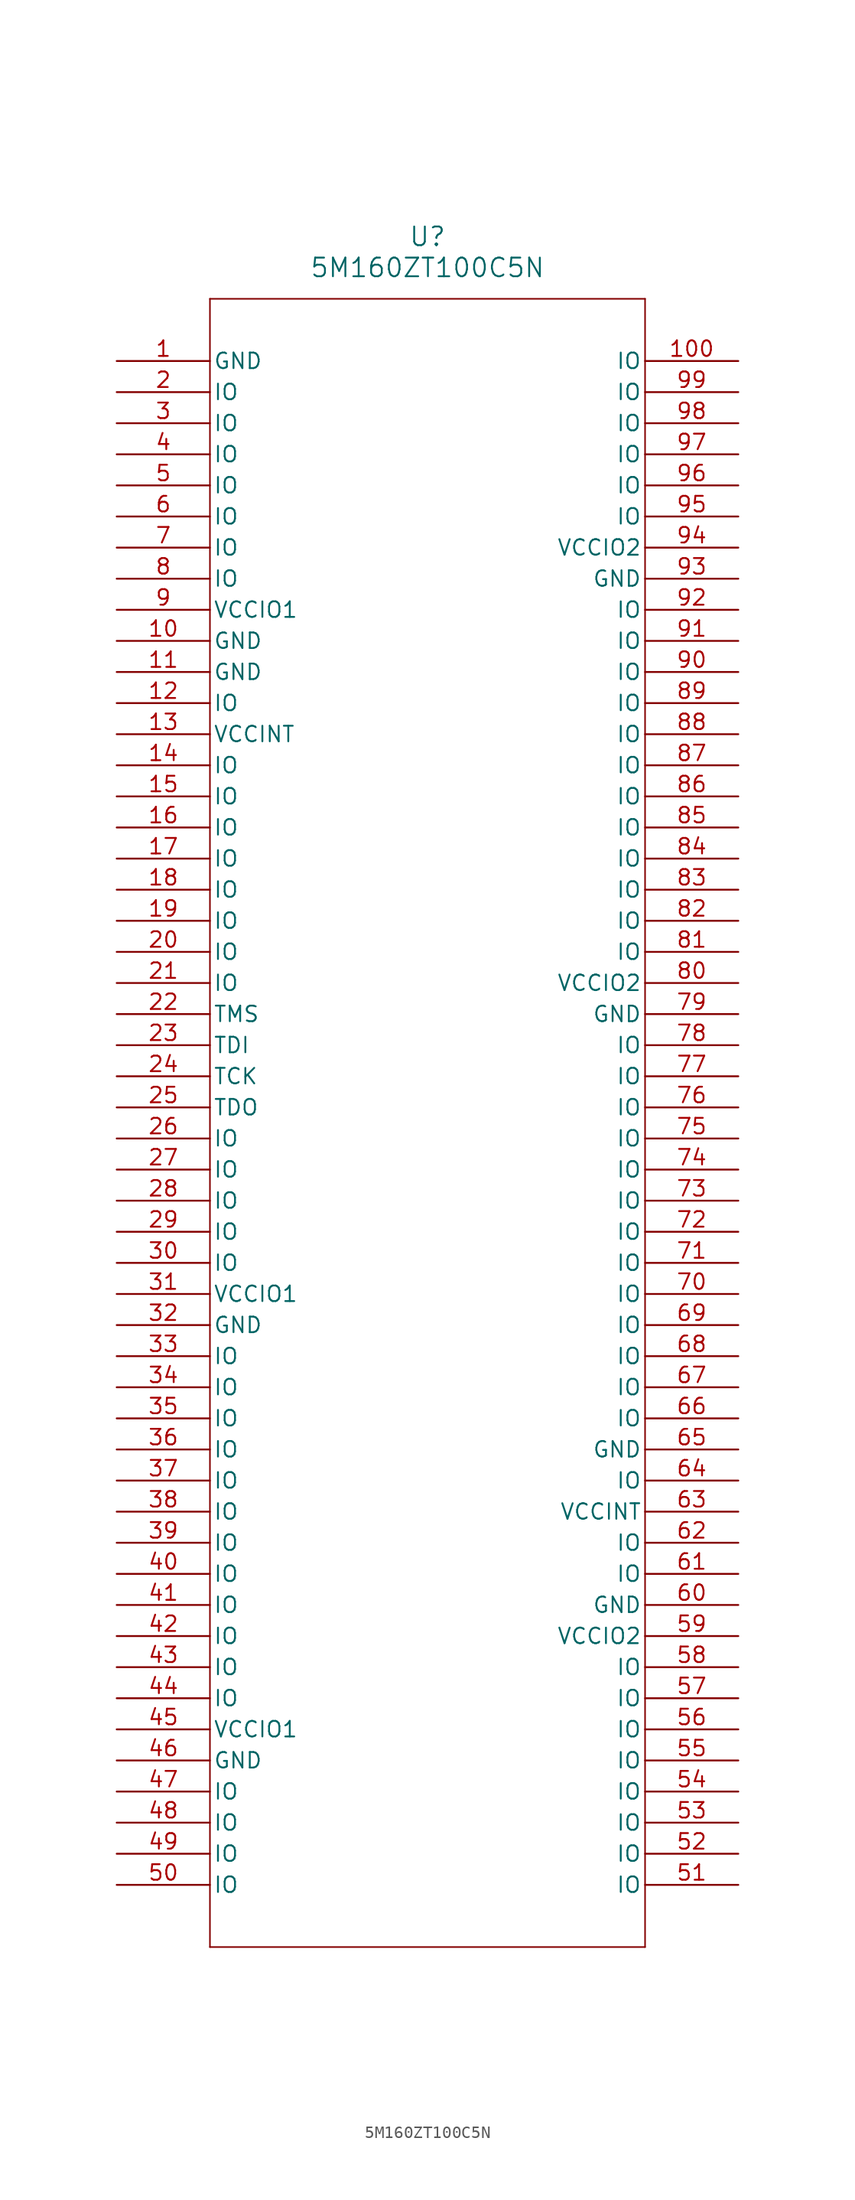
<source format=kicad_sym>
(kicad_symbol_lib
  (version 20220914)
  (generator kicad_symbol_editor)
  (symbol "5M160ZT100C5N"
    (pin_names
      (offset 0.254))
    (property "Reference" "U"
      (at 25.4 10.16 0)
      (effects (font (size 1.524 1.524))))
    (property "Value" "5M160ZT100C5N"
      (at 25.4 7.62 0)
      (effects (font (size 1.524 1.524))))
    (symbol "5M160ZT100C5N_0_1"
      (polyline (pts (xy 7.62 -129.54) (xy 43.18 -129.54)) (stroke (width 0.127) (type default)) (fill (type none)))
      (polyline (pts (xy 7.62 5.08) (xy 7.62 -129.54)) (stroke (width 0.127) (type default)) (fill (type none)))
      (polyline (pts (xy 43.18 -129.54) (xy 43.18 5.08)) (stroke (width 0.127) (type default)) (fill (type none)))
      (polyline (pts (xy 43.18 5.08) (xy 7.62 5.08)) (stroke (width 0.127) (type default)) (fill (type none)))
      (pin power_out line (at 0 0 0) (length 7.62) (name "GND" (effects (font (size 1.27 1.27)))) (number "1" (effects (font (size 1.27 1.27)))))
      (pin power_out line (at 0 -22.86 0) (length 7.62) (name "GND" (effects (font (size 1.27 1.27)))) (number "10" (effects (font (size 1.27 1.27)))))
      (pin bidirectional line (at 50.8 0 180) (length 7.62) (name "IO" (effects (font (size 1.27 1.27)))) (number "100" (effects (font (size 1.27 1.27)))))
      (pin power_out line (at 0 -25.4 0) (length 7.62) (name "GND" (effects (font (size 1.27 1.27)))) (number "11" (effects (font (size 1.27 1.27)))))
      (pin bidirectional line (at 0 -27.94 0) (length 7.62) (name "IO" (effects (font (size 1.27 1.27)))) (number "12" (effects (font (size 1.27 1.27)))))
      (pin power_in line (at 0 -30.48 0) (length 7.62) (name "VCCINT" (effects (font (size 1.27 1.27)))) (number "13" (effects (font (size 1.27 1.27)))))
      (pin bidirectional line (at 0 -33.02 0) (length 7.62) (name "IO" (effects (font (size 1.27 1.27)))) (number "14" (effects (font (size 1.27 1.27)))))
      (pin bidirectional line (at 0 -35.56 0) (length 7.62) (name "IO" (effects (font (size 1.27 1.27)))) (number "15" (effects (font (size 1.27 1.27)))))
      (pin bidirectional line (at 0 -38.1 0) (length 7.62) (name "IO" (effects (font (size 1.27 1.27)))) (number "16" (effects (font (size 1.27 1.27)))))
      (pin bidirectional line (at 0 -40.64 0) (length 7.62) (name "IO" (effects (font (size 1.27 1.27)))) (number "17" (effects (font (size 1.27 1.27)))))
      (pin bidirectional line (at 0 -43.18 0) (length 7.62) (name "IO" (effects (font (size 1.27 1.27)))) (number "18" (effects (font (size 1.27 1.27)))))
      (pin bidirectional line (at 0 -45.72 0) (length 7.62) (name "IO" (effects (font (size 1.27 1.27)))) (number "19" (effects (font (size 1.27 1.27)))))
      (pin bidirectional line (at 0 -2.54 0) (length 7.62) (name "IO" (effects (font (size 1.27 1.27)))) (number "2" (effects (font (size 1.27 1.27)))))
      (pin bidirectional line (at 0 -48.26 0) (length 7.62) (name "IO" (effects (font (size 1.27 1.27)))) (number "20" (effects (font (size 1.27 1.27)))))
      (pin bidirectional line (at 0 -50.8 0) (length 7.62) (name "IO" (effects (font (size 1.27 1.27)))) (number "21" (effects (font (size 1.27 1.27)))))
      (pin input line (at 0 -53.34 0) (length 7.62) (name "TMS" (effects (font (size 1.27 1.27)))) (number "22" (effects (font (size 1.27 1.27)))))
      (pin input line (at 0 -55.88 0) (length 7.62) (name "TDI" (effects (font (size 1.27 1.27)))) (number "23" (effects (font (size 1.27 1.27)))))
      (pin input line (at 0 -58.42 0) (length 7.62) (name "TCK" (effects (font (size 1.27 1.27)))) (number "24" (effects (font (size 1.27 1.27)))))
      (pin output line (at 0 -60.96 0) (length 7.62) (name "TDO" (effects (font (size 1.27 1.27)))) (number "25" (effects (font (size 1.27 1.27)))))
      (pin bidirectional line (at 0 -63.5 0) (length 7.62) (name "IO" (effects (font (size 1.27 1.27)))) (number "26" (effects (font (size 1.27 1.27)))))
      (pin bidirectional line (at 0 -66.04 0) (length 7.62) (name "IO" (effects (font (size 1.27 1.27)))) (number "27" (effects (font (size 1.27 1.27)))))
      (pin bidirectional line (at 0 -68.58 0) (length 7.62) (name "IO" (effects (font (size 1.27 1.27)))) (number "28" (effects (font (size 1.27 1.27)))))
      (pin bidirectional line (at 0 -71.12 0) (length 7.62) (name "IO" (effects (font (size 1.27 1.27)))) (number "29" (effects (font (size 1.27 1.27)))))
      (pin bidirectional line (at 0 -5.08 0) (length 7.62) (name "IO" (effects (font (size 1.27 1.27)))) (number "3" (effects (font (size 1.27 1.27)))))
      (pin bidirectional line (at 0 -73.66 0) (length 7.62) (name "IO" (effects (font (size 1.27 1.27)))) (number "30" (effects (font (size 1.27 1.27)))))
      (pin power_in line (at 0 -76.2 0) (length 7.62) (name "VCCIO1" (effects (font (size 1.27 1.27)))) (number "31" (effects (font (size 1.27 1.27)))))
      (pin power_out line (at 0 -78.74 0) (length 7.62) (name "GND" (effects (font (size 1.27 1.27)))) (number "32" (effects (font (size 1.27 1.27)))))
      (pin bidirectional line (at 0 -81.28 0) (length 7.62) (name "IO" (effects (font (size 1.27 1.27)))) (number "33" (effects (font (size 1.27 1.27)))))
      (pin bidirectional line (at 0 -83.82 0) (length 7.62) (name "IO" (effects (font (size 1.27 1.27)))) (number "34" (effects (font (size 1.27 1.27)))))
      (pin bidirectional line (at 0 -86.36 0) (length 7.62) (name "IO" (effects (font (size 1.27 1.27)))) (number "35" (effects (font (size 1.27 1.27)))))
      (pin bidirectional line (at 0 -88.9 0) (length 7.62) (name "IO" (effects (font (size 1.27 1.27)))) (number "36" (effects (font (size 1.27 1.27)))))
      (pin bidirectional line (at 0 -91.44 0) (length 7.62) (name "IO" (effects (font (size 1.27 1.27)))) (number "37" (effects (font (size 1.27 1.27)))))
      (pin bidirectional line (at 0 -93.98 0) (length 7.62) (name "IO" (effects (font (size 1.27 1.27)))) (number "38" (effects (font (size 1.27 1.27)))))
      (pin bidirectional line (at 0 -96.52 0) (length 7.62) (name "IO" (effects (font (size 1.27 1.27)))) (number "39" (effects (font (size 1.27 1.27)))))
      (pin bidirectional line (at 0 -7.62 0) (length 7.62) (name "IO" (effects (font (size 1.27 1.27)))) (number "4" (effects (font (size 1.27 1.27)))))
      (pin bidirectional line (at 0 -99.06 0) (length 7.62) (name "IO" (effects (font (size 1.27 1.27)))) (number "40" (effects (font (size 1.27 1.27)))))
      (pin bidirectional line (at 0 -101.6 0) (length 7.62) (name "IO" (effects (font (size 1.27 1.27)))) (number "41" (effects (font (size 1.27 1.27)))))
      (pin bidirectional line (at 0 -104.14 0) (length 7.62) (name "IO" (effects (font (size 1.27 1.27)))) (number "42" (effects (font (size 1.27 1.27)))))
      (pin bidirectional line (at 0 -106.68 0) (length 7.62) (name "IO" (effects (font (size 1.27 1.27)))) (number "43" (effects (font (size 1.27 1.27)))))
      (pin bidirectional line (at 0 -109.22 0) (length 7.62) (name "IO" (effects (font (size 1.27 1.27)))) (number "44" (effects (font (size 1.27 1.27)))))
      (pin power_in line (at 0 -111.76 0) (length 7.62) (name "VCCIO1" (effects (font (size 1.27 1.27)))) (number "45" (effects (font (size 1.27 1.27)))))
      (pin power_out line (at 0 -114.3 0) (length 7.62) (name "GND" (effects (font (size 1.27 1.27)))) (number "46" (effects (font (size 1.27 1.27)))))
      (pin bidirectional line (at 0 -116.84 0) (length 7.62) (name "IO" (effects (font (size 1.27 1.27)))) (number "47" (effects (font (size 1.27 1.27)))))
      (pin bidirectional line (at 0 -119.38 0) (length 7.62) (name "IO" (effects (font (size 1.27 1.27)))) (number "48" (effects (font (size 1.27 1.27)))))
      (pin bidirectional line (at 0 -121.92 0) (length 7.62) (name "IO" (effects (font (size 1.27 1.27)))) (number "49" (effects (font (size 1.27 1.27)))))
      (pin bidirectional line (at 0 -10.16 0) (length 7.62) (name "IO" (effects (font (size 1.27 1.27)))) (number "5" (effects (font (size 1.27 1.27)))))
      (pin bidirectional line (at 0 -124.46 0) (length 7.62) (name "IO" (effects (font (size 1.27 1.27)))) (number "50" (effects (font (size 1.27 1.27)))))
      (pin bidirectional line (at 50.8 -124.46 180) (length 7.62) (name "IO" (effects (font (size 1.27 1.27)))) (number "51" (effects (font (size 1.27 1.27)))))
      (pin bidirectional line (at 50.8 -121.92 180) (length 7.62) (name "IO" (effects (font (size 1.27 1.27)))) (number "52" (effects (font (size 1.27 1.27)))))
      (pin bidirectional line (at 50.8 -119.38 180) (length 7.62) (name "IO" (effects (font (size 1.27 1.27)))) (number "53" (effects (font (size 1.27 1.27)))))
      (pin bidirectional line (at 50.8 -116.84 180) (length 7.62) (name "IO" (effects (font (size 1.27 1.27)))) (number "54" (effects (font (size 1.27 1.27)))))
      (pin bidirectional line (at 50.8 -114.3 180) (length 7.62) (name "IO" (effects (font (size 1.27 1.27)))) (number "55" (effects (font (size 1.27 1.27)))))
      (pin bidirectional line (at 50.8 -111.76 180) (length 7.62) (name "IO" (effects (font (size 1.27 1.27)))) (number "56" (effects (font (size 1.27 1.27)))))
      (pin bidirectional line (at 50.8 -109.22 180) (length 7.62) (name "IO" (effects (font (size 1.27 1.27)))) (number "57" (effects (font (size 1.27 1.27)))))
      (pin bidirectional line (at 50.8 -106.68 180) (length 7.62) (name "IO" (effects (font (size 1.27 1.27)))) (number "58" (effects (font (size 1.27 1.27)))))
      (pin power_in line (at 50.8 -104.14 180) (length 7.62) (name "VCCIO2" (effects (font (size 1.27 1.27)))) (number "59" (effects (font (size 1.27 1.27)))))
      (pin bidirectional line (at 0 -12.7 0) (length 7.62) (name "IO" (effects (font (size 1.27 1.27)))) (number "6" (effects (font (size 1.27 1.27)))))
      (pin power_out line (at 50.8 -101.6 180) (length 7.62) (name "GND" (effects (font (size 1.27 1.27)))) (number "60" (effects (font (size 1.27 1.27)))))
      (pin bidirectional line (at 50.8 -99.06 180) (length 7.62) (name "IO" (effects (font (size 1.27 1.27)))) (number "61" (effects (font (size 1.27 1.27)))))
      (pin bidirectional line (at 50.8 -96.52 180) (length 7.62) (name "IO" (effects (font (size 1.27 1.27)))) (number "62" (effects (font (size 1.27 1.27)))))
      (pin power_in line (at 50.8 -93.98 180) (length 7.62) (name "VCCINT" (effects (font (size 1.27 1.27)))) (number "63" (effects (font (size 1.27 1.27)))))
      (pin bidirectional line (at 50.8 -91.44 180) (length 7.62) (name "IO" (effects (font (size 1.27 1.27)))) (number "64" (effects (font (size 1.27 1.27)))))
      (pin power_out line (at 50.8 -88.9 180) (length 7.62) (name "GND" (effects (font (size 1.27 1.27)))) (number "65" (effects (font (size 1.27 1.27)))))
      (pin bidirectional line (at 50.8 -86.36 180) (length 7.62) (name "IO" (effects (font (size 1.27 1.27)))) (number "66" (effects (font (size 1.27 1.27)))))
      (pin bidirectional line (at 50.8 -83.82 180) (length 7.62) (name "IO" (effects (font (size 1.27 1.27)))) (number "67" (effects (font (size 1.27 1.27)))))
      (pin bidirectional line (at 50.8 -81.28 180) (length 7.62) (name "IO" (effects (font (size 1.27 1.27)))) (number "68" (effects (font (size 1.27 1.27)))))
      (pin bidirectional line (at 50.8 -78.74 180) (length 7.62) (name "IO" (effects (font (size 1.27 1.27)))) (number "69" (effects (font (size 1.27 1.27)))))
      (pin bidirectional line (at 0 -15.24 0) (length 7.62) (name "IO" (effects (font (size 1.27 1.27)))) (number "7" (effects (font (size 1.27 1.27)))))
      (pin bidirectional line (at 50.8 -76.2 180) (length 7.62) (name "IO" (effects (font (size 1.27 1.27)))) (number "70" (effects (font (size 1.27 1.27)))))
      (pin bidirectional line (at 50.8 -73.66 180) (length 7.62) (name "IO" (effects (font (size 1.27 1.27)))) (number "71" (effects (font (size 1.27 1.27)))))
      (pin bidirectional line (at 50.8 -71.12 180) (length 7.62) (name "IO" (effects (font (size 1.27 1.27)))) (number "72" (effects (font (size 1.27 1.27)))))
      (pin bidirectional line (at 50.8 -68.58 180) (length 7.62) (name "IO" (effects (font (size 1.27 1.27)))) (number "73" (effects (font (size 1.27 1.27)))))
      (pin bidirectional line (at 50.8 -66.04 180) (length 7.62) (name "IO" (effects (font (size 1.27 1.27)))) (number "74" (effects (font (size 1.27 1.27)))))
      (pin bidirectional line (at 50.8 -63.5 180) (length 7.62) (name "IO" (effects (font (size 1.27 1.27)))) (number "75" (effects (font (size 1.27 1.27)))))
      (pin bidirectional line (at 50.8 -60.96 180) (length 7.62) (name "IO" (effects (font (size 1.27 1.27)))) (number "76" (effects (font (size 1.27 1.27)))))
      (pin bidirectional line (at 50.8 -58.42 180) (length 7.62) (name "IO" (effects (font (size 1.27 1.27)))) (number "77" (effects (font (size 1.27 1.27)))))
      (pin bidirectional line (at 50.8 -55.88 180) (length 7.62) (name "IO" (effects (font (size 1.27 1.27)))) (number "78" (effects (font (size 1.27 1.27)))))
      (pin power_out line (at 50.8 -53.34 180) (length 7.62) (name "GND" (effects (font (size 1.27 1.27)))) (number "79" (effects (font (size 1.27 1.27)))))
      (pin bidirectional line (at 0 -17.78 0) (length 7.62) (name "IO" (effects (font (size 1.27 1.27)))) (number "8" (effects (font (size 1.27 1.27)))))
      (pin power_in line (at 50.8 -50.8 180) (length 7.62) (name "VCCIO2" (effects (font (size 1.27 1.27)))) (number "80" (effects (font (size 1.27 1.27)))))
      (pin bidirectional line (at 50.8 -48.26 180) (length 7.62) (name "IO" (effects (font (size 1.27 1.27)))) (number "81" (effects (font (size 1.27 1.27)))))
      (pin bidirectional line (at 50.8 -45.72 180) (length 7.62) (name "IO" (effects (font (size 1.27 1.27)))) (number "82" (effects (font (size 1.27 1.27)))))
      (pin bidirectional line (at 50.8 -43.18 180) (length 7.62) (name "IO" (effects (font (size 1.27 1.27)))) (number "83" (effects (font (size 1.27 1.27)))))
      (pin bidirectional line (at 50.8 -40.64 180) (length 7.62) (name "IO" (effects (font (size 1.27 1.27)))) (number "84" (effects (font (size 1.27 1.27)))))
      (pin bidirectional line (at 50.8 -38.1 180) (length 7.62) (name "IO" (effects (font (size 1.27 1.27)))) (number "85" (effects (font (size 1.27 1.27)))))
      (pin bidirectional line (at 50.8 -35.56 180) (length 7.62) (name "IO" (effects (font (size 1.27 1.27)))) (number "86" (effects (font (size 1.27 1.27)))))
      (pin bidirectional line (at 50.8 -33.02 180) (length 7.62) (name "IO" (effects (font (size 1.27 1.27)))) (number "87" (effects (font (size 1.27 1.27)))))
      (pin bidirectional line (at 50.8 -30.48 180) (length 7.62) (name "IO" (effects (font (size 1.27 1.27)))) (number "88" (effects (font (size 1.27 1.27)))))
      (pin bidirectional line (at 50.8 -27.94 180) (length 7.62) (name "IO" (effects (font (size 1.27 1.27)))) (number "89" (effects (font (size 1.27 1.27)))))
      (pin power_in line (at 0 -20.32 0) (length 7.62) (name "VCCIO1" (effects (font (size 1.27 1.27)))) (number "9" (effects (font (size 1.27 1.27)))))
      (pin bidirectional line (at 50.8 -25.4 180) (length 7.62) (name "IO" (effects (font (size 1.27 1.27)))) (number "90" (effects (font (size 1.27 1.27)))))
      (pin bidirectional line (at 50.8 -22.86 180) (length 7.62) (name "IO" (effects (font (size 1.27 1.27)))) (number "91" (effects (font (size 1.27 1.27)))))
      (pin bidirectional line (at 50.8 -20.32 180) (length 7.62) (name "IO" (effects (font (size 1.27 1.27)))) (number "92" (effects (font (size 1.27 1.27)))))
      (pin power_out line (at 50.8 -17.78 180) (length 7.62) (name "GND" (effects (font (size 1.27 1.27)))) (number "93" (effects (font (size 1.27 1.27)))))
      (pin power_in line (at 50.8 -15.24 180) (length 7.62) (name "VCCIO2" (effects (font (size 1.27 1.27)))) (number "94" (effects (font (size 1.27 1.27)))))
      (pin bidirectional line (at 50.8 -12.7 180) (length 7.62) (name "IO" (effects (font (size 1.27 1.27)))) (number "95" (effects (font (size 1.27 1.27)))))
      (pin bidirectional line (at 50.8 -10.16 180) (length 7.62) (name "IO" (effects (font (size 1.27 1.27)))) (number "96" (effects (font (size 1.27 1.27)))))
      (pin bidirectional line (at 50.8 -7.62 180) (length 7.62) (name "IO" (effects (font (size 1.27 1.27)))) (number "97" (effects (font (size 1.27 1.27)))))
      (pin bidirectional line (at 50.8 -5.08 180) (length 7.62) (name "IO" (effects (font (size 1.27 1.27)))) (number "98" (effects (font (size 1.27 1.27)))))
      (pin bidirectional line (at 50.8 -2.54 180) (length 7.62) (name "IO" (effects (font (size 1.27 1.27)))) (number "99" (effects (font (size 1.27 1.27))))))))
</source>
